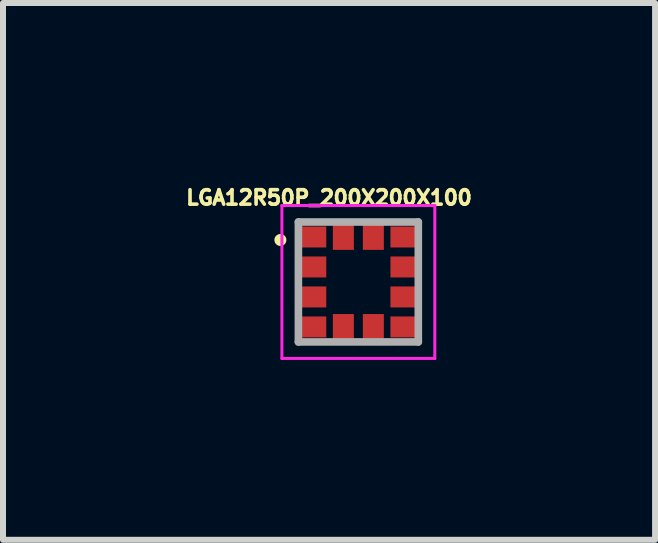
<source format=kicad_pcb>
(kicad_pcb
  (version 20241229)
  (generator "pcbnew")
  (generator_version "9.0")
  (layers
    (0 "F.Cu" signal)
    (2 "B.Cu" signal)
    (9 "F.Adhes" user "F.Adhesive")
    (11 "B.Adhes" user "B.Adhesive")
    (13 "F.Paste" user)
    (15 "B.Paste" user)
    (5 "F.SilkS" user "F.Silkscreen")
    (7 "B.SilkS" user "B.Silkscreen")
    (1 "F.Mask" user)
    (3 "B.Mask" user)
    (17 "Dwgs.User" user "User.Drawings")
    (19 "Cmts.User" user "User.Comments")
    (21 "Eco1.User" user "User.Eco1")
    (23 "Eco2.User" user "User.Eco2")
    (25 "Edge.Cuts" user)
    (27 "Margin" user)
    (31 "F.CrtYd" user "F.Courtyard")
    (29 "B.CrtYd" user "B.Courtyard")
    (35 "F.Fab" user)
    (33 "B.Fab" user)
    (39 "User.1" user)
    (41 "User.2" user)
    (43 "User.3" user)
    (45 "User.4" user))
  (footprint "LGA12R50P_200X200X100"
    (layer "F.Cu")
    (at 2.926 1.652)
    (property "Reference" "LGA12R50P_200X200X100" (at -0.489 -1.406 0) (layer "F.SilkS") (effects (font (size 0.241 0.241) (thickness 0.15))))
    (attr smd)
    (fp_poly (pts (xy -1.023 0.04) (xy -0.5 0.04) (xy -0.5 0.461) (xy -1.023 0.461)) (stroke (width 0.01) (type solid)) (fill yes) (layer "F.Mask"))
    (fp_poly (pts (xy -1.022 -0.96) (xy -0.5 -0.96) (xy -0.5 -0.541) (xy -1.022 -0.541)) (stroke (width 0.01) (type solid)) (fill yes) (layer "F.Mask"))
    (fp_poly (pts (xy -1.022 0.54) (xy -0.5 0.54) (xy -0.5 0.962) (xy -1.022 0.962)) (stroke (width 0.01) (type solid)) (fill yes) (layer "F.Mask"))
    (fp_poly (pts (xy -1.021 -0.46) (xy -0.5 -0.46) (xy -0.5 -0.04) (xy -1.021 -0.04)) (stroke (width 0.01) (type solid)) (fill yes) (layer "F.Mask"))
    (fp_poly (pts (xy -0.462 0.5) (xy -0.04 0.5) (xy -0.04 1.024) (xy -0.462 1.024)) (stroke (width 0.01) (type solid)) (fill yes) (layer "F.Mask"))
    (fp_poly (pts (xy -0.461 -1.02) (xy -0.04 -1.02) (xy -0.04 -0.502) (xy -0.461 -0.502)) (stroke (width 0.01) (type solid)) (fill yes) (layer "F.Mask"))
    (fp_poly (pts (xy 0.04 0.5) (xy 0.46 0.5) (xy 0.46 1.021) (xy 0.04 1.021)) (stroke (width 0.01) (type solid)) (fill yes) (layer "F.Mask"))
    (fp_poly (pts (xy 0.04 -1.02) (xy 0.46 -1.02) (xy 0.46 -0.501) (xy 0.04 -0.501)) (stroke (width 0.01) (type solid)) (fill yes) (layer "F.Mask"))
    (fp_poly (pts (xy 0.506 -0.46) (xy 1.025 -0.46) (xy 1.025 -0.04) (xy 0.506 -0.04)) (stroke (width 0.01) (type solid)) (fill yes) (layer "F.Mask"))
    (fp_poly (pts (xy 0.507 0.54) (xy 1.025 0.54) (xy 1.025 0.963) (xy 0.507 0.963)) (stroke (width 0.01) (type solid)) (fill yes) (layer "F.Mask"))
    (fp_poly (pts (xy 0.507 0.04) (xy 1.025 0.04) (xy 1.025 0.462) (xy 0.507 0.462)) (stroke (width 0.01) (type solid)) (fill yes) (layer "F.Mask"))
    (fp_poly (pts (xy 0.507 -0.96) (xy 1.025 -0.96) (xy 1.025 -0.542) (xy 0.507 -0.542)) (stroke (width 0.01) (type solid)) (fill yes) (layer "F.Mask"))
    (fp_circle (center -1.3 -0.7) (end -1.2 -0.7) (stroke (width 0) (type solid)) (fill yes) (layer "F.SilkS"))
    (fp_line (start -1.275 -1.275) (end 1.275 -1.275) (stroke (width 0.05) (type solid)) (layer "F.CrtYd"))
    (fp_line (start -1.275 1.275) (end -1.275 -1.275) (stroke (width 0.05) (type solid)) (layer "F.CrtYd"))
    (fp_line (start 1.275 -1.275) (end 1.275 1.275) (stroke (width 0.05) (type solid)) (layer "F.CrtYd"))
    (fp_line (start 1.275 1.275) (end -1.275 1.275) (stroke (width 0.05) (type solid)) (layer "F.CrtYd"))
    (fp_line (start -1 -1) (end 1 -1) (stroke (width 0.127) (type solid)) (layer "F.Fab"))
    (fp_line (start -1 1) (end -1 -1) (stroke (width 0.127) (type solid)) (layer "F.Fab"))
    (fp_line (start 1 1) (end -1 1) (stroke (width 0.127) (type solid)) (layer "F.Fab"))
    (fp_line (start 1 1) (end 1 -1) (stroke (width 0.127) (type solid)) (layer "F.Fab"))
    (pad "1" smd rect (at -0.76 -0.75) (size 0.45 0.35) (layers "F.Cu" "F.Paste"))
    (pad "2" smd rect (at -0.76 -0.25) (size 0.45 0.35) (layers "F.Cu" "F.Paste"))
    (pad "3" smd rect (at -0.76 0.25) (size 0.45 0.35) (layers "F.Cu" "F.Paste"))
    (pad "4" smd rect (at -0.76 0.75) (size 0.45 0.35) (layers "F.Cu" "F.Paste"))
    (pad "5" smd rect (at -0.25 0.76) (size 0.35 0.45) (layers "F.Cu" "F.Paste"))
    (pad "6" smd rect (at 0.25 0.76) (size 0.35 0.45) (layers "F.Cu" "F.Paste"))
    (pad "7" smd rect (at 0.76 0.75) (size 0.45 0.35) (layers "F.Cu" "F.Paste"))
    (pad "8" smd rect (at 0.76 0.25) (size 0.45 0.35) (layers "F.Cu" "F.Paste"))
    (pad "9" smd rect (at 0.76 -0.25) (size 0.45 0.35) (layers "F.Cu" "F.Paste"))
    (pad "10" smd rect (at 0.76 -0.75) (size 0.45 0.35) (layers "F.Cu" "F.Paste"))
    (pad "11" smd rect (at 0.25 -0.76) (size 0.35 0.45) (layers "F.Cu" "F.Paste"))
    (pad "12" smd rect (at -0.25 -0.76) (size 0.35 0.45) (layers "F.Cu" "F.Paste")))
  (gr_rect
    (start -3 -3)
    (end 7.874 5.952)
    (stroke (width 0.1) (type default))
    (fill no)
    (layer "Edge.Cuts")))
</source>
